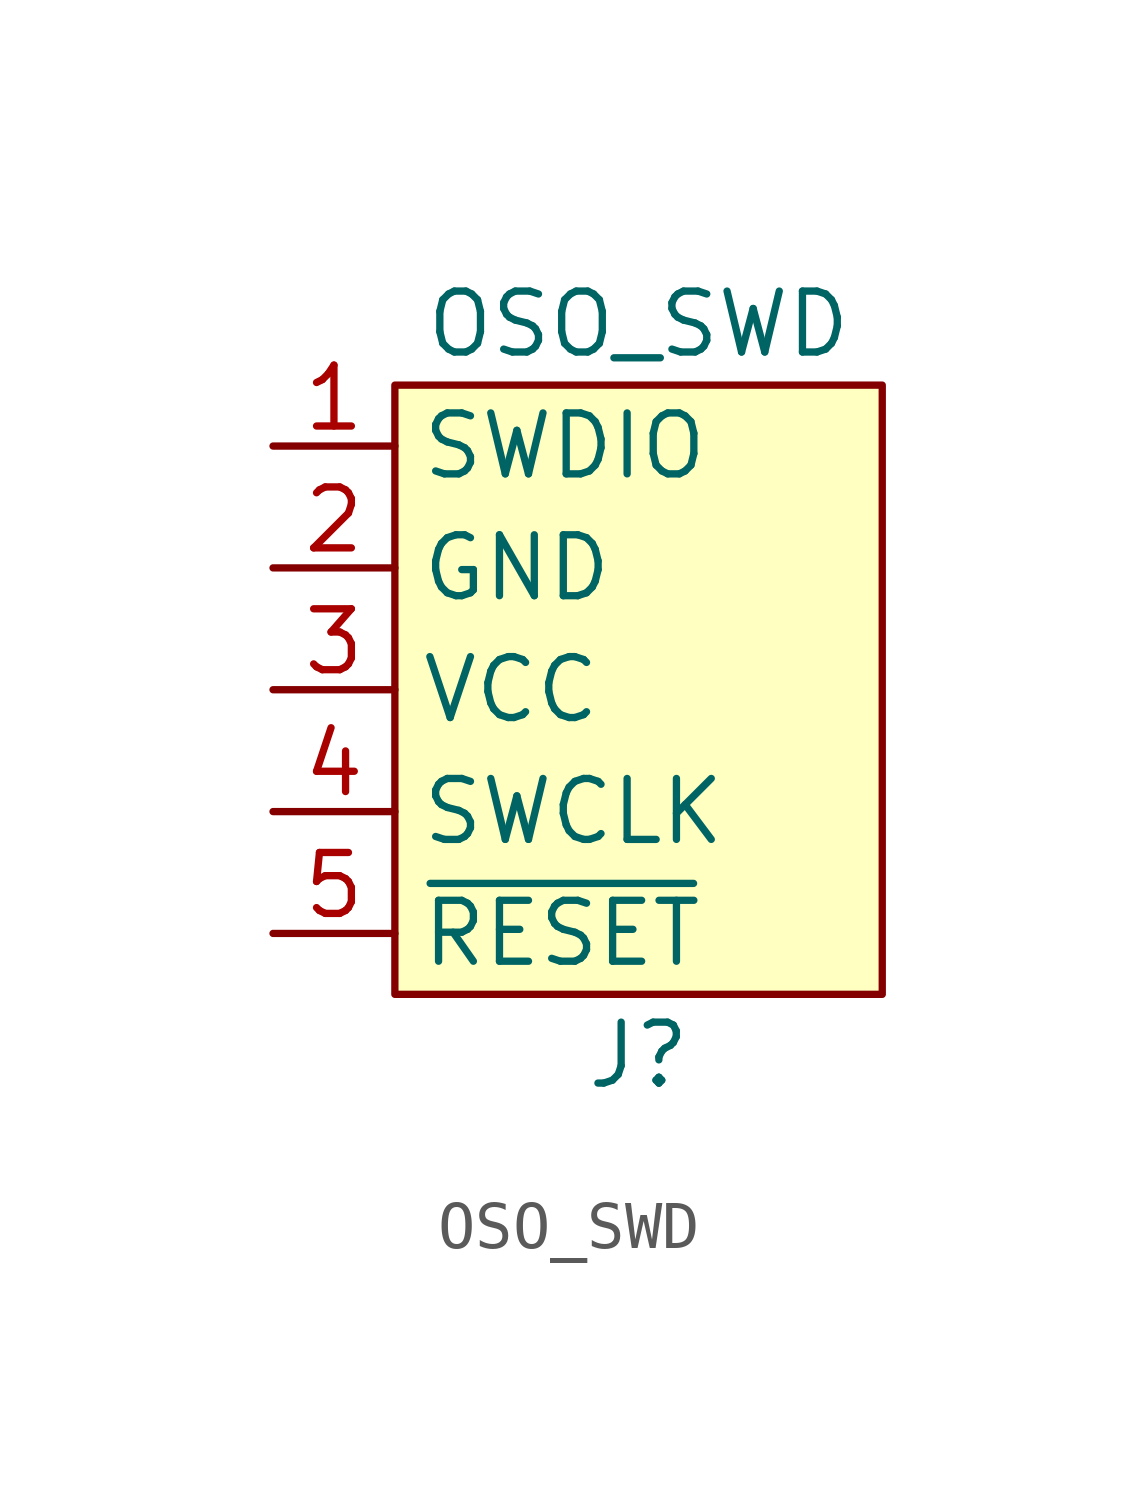
<source format=kicad_sym>
(kicad_symbol_lib
  (version 20211014)
  (generator kicad_symbol_editor)
  (symbol "OSO_SWD"
    (property "Reference" "J"
      (at 0 -7.62 0)
      (effects (font (size 1.27 1.27))))
    (property "Value" "OSO_SWD"
      (at 0 7.62 0)
      (effects (font (size 1.27 1.27))))
    (symbol "OSO_SWD_0_1"
      (rectangle (start -5.08 6.35) (end 5.08 -6.35) (stroke (width 0) (type default) (color 0 0 0 0)) (fill (type background))))
    (symbol "OSO_SWD_1_1"
      (pin bidirectional line (at -7.62 5.08 0) (length 2.54) (name "SWDIO" (effects (font (size 1.27 1.27)))) (number "1" (effects (font (size 1.27 1.27)))))
      (pin power_in line (at -7.62 2.54 0) (length 2.54) (name "GND" (effects (font (size 1.27 1.27)))) (number "2" (effects (font (size 1.27 1.27)))))
      (pin power_in line (at -7.62 0 0) (length 2.54) (name "VCC" (effects (font (size 1.27 1.27)))) (number "3" (effects (font (size 1.27 1.27)))))
      (pin bidirectional line (at -7.62 -2.54 0) (length 2.54) (name "SWCLK" (effects (font (size 1.27 1.27)))) (number "4" (effects (font (size 1.27 1.27)))))
      (pin bidirectional line (at -7.62 -5.08 0) (length 2.54) (name "~{RESET}" (effects (font (size 1.27 1.27)))) (number "5" (effects (font (size 1.27 1.27))))))))
</source>
